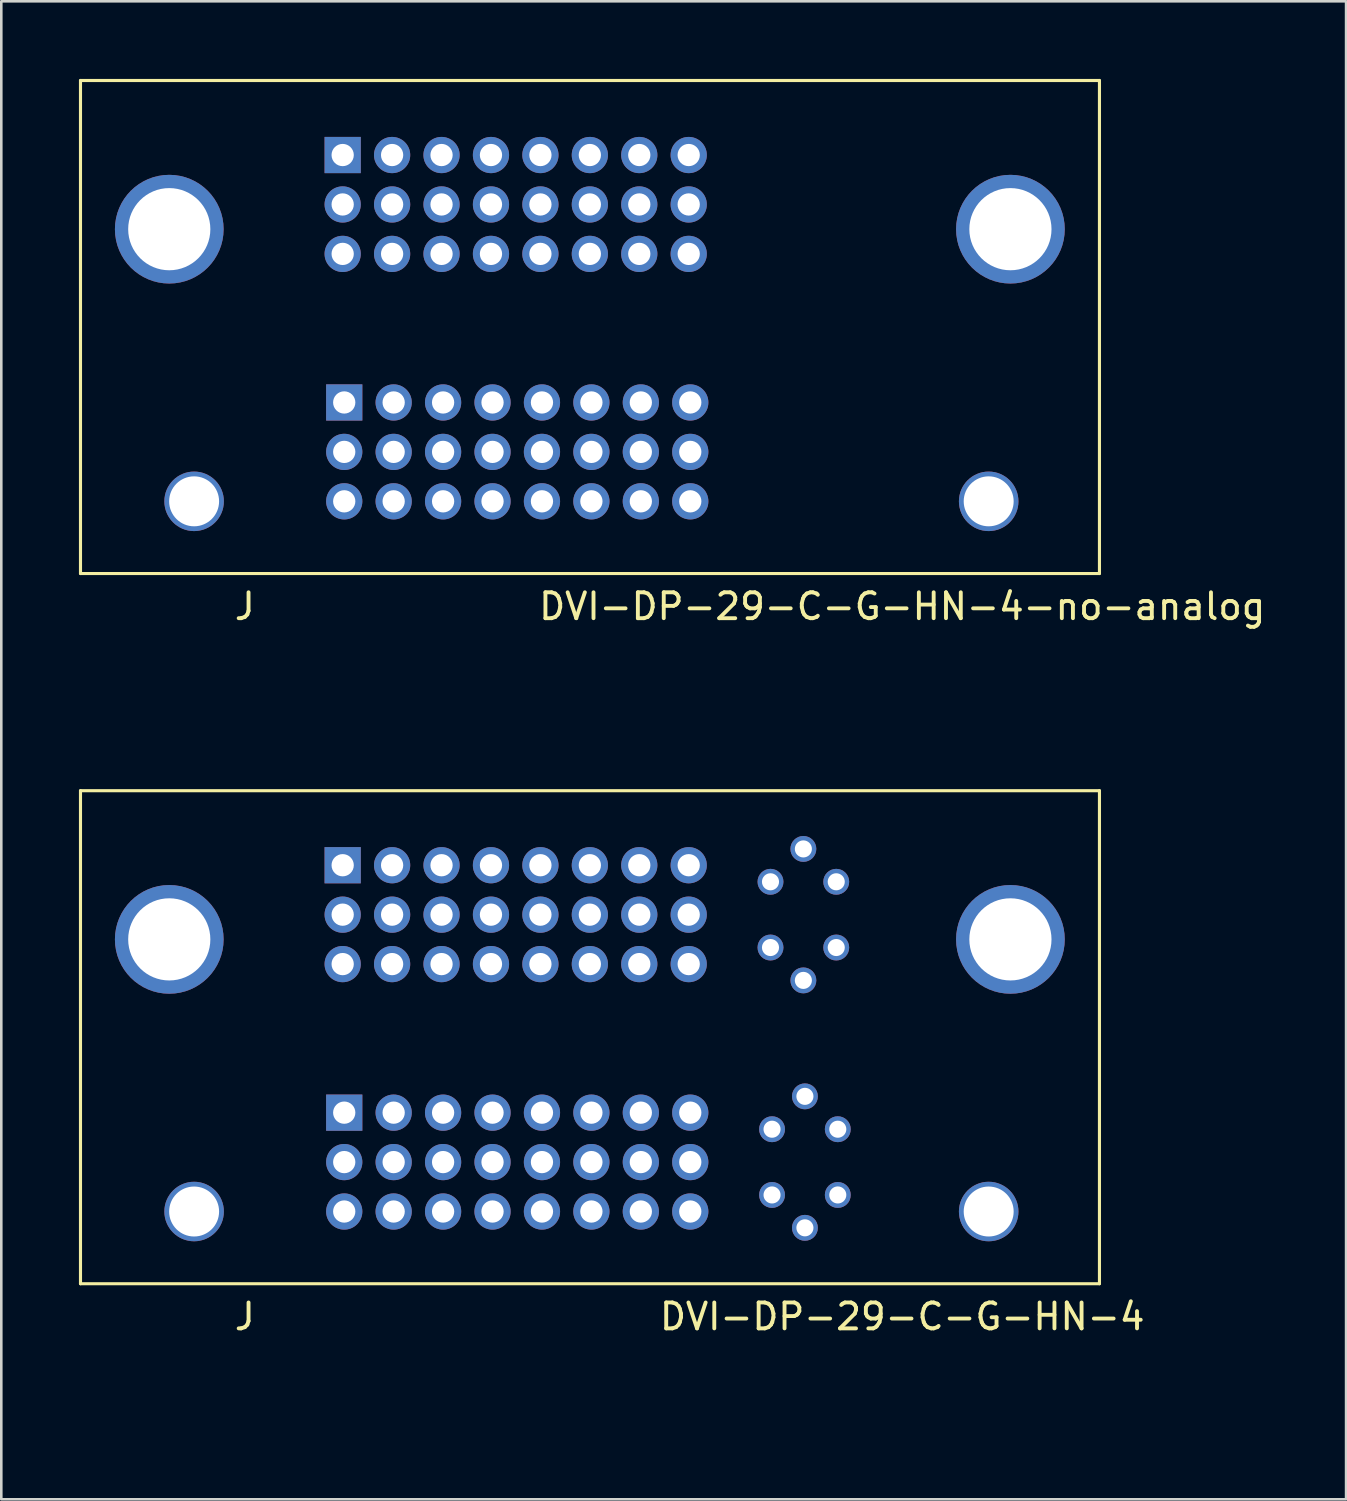
<source format=kicad_pcb>
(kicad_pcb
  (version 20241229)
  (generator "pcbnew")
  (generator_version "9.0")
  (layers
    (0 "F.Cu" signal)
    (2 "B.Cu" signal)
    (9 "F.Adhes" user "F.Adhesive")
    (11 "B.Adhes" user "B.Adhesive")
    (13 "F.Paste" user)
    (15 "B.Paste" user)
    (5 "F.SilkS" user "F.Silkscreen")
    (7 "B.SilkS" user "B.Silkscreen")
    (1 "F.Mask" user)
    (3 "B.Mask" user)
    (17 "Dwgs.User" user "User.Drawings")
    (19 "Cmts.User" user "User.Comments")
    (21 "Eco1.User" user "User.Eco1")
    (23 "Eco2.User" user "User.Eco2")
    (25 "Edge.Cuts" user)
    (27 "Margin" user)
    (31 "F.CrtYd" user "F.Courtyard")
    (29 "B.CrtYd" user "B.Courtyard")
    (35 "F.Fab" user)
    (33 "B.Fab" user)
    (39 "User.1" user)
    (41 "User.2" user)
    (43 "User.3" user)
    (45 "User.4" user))
  (footprint "DVI-DP-29-C-G-HN-4"
    (layer "F.Cu")
    (at 21.65 51.63)
    (property "Reference" "DVI-DP-29-C-G-HN-4" (at 10.16 -3.81 0) (layer "F.SilkS") (effects (font (size 1 1) (thickness 0.15))))
    (attr through_hole)
    (fp_line (start -21.59 -24.13) (end 17.78 -24.13) (stroke (width 0.12) (type solid)) (layer "F.SilkS"))
    (fp_line (start -21.59 -5.08) (end -21.59 -24.13) (stroke (width 0.12) (type solid)) (layer "F.SilkS"))
    (fp_line (start 17.78 -24.13) (end 17.78 -5.08) (stroke (width 0.12) (type solid)) (layer "F.SilkS"))
    (fp_line (start 17.78 -5.08) (end -21.59 -5.08) (stroke (width 0.12) (type solid)) (layer "F.SilkS"))
    (fp_text user "J" (at -15.24 -3.81 0) (layer "F.SilkS") (effects (font (size 1 1) (thickness 0.15))))
    (pad "1" thru_hole rect (at -11.4 -11.69) (size 1.4 1.4) (drill 0.86) (layers "*.Cu" "*.Mask"))
    (pad "2" thru_hole circle (at -9.49 -11.69) (size 1.4 1.4) (drill 0.86) (layers "*.Cu" "*.Mask"))
    (pad "3" thru_hole circle (at -7.58 -11.69) (size 1.4 1.4) (drill 0.86) (layers "*.Cu" "*.Mask"))
    (pad "4" thru_hole circle (at -5.67 -11.69) (size 1.4 1.4) (drill 0.86) (layers "*.Cu" "*.Mask"))
    (pad "5" thru_hole circle (at -3.76 -11.69) (size 1.4 1.4) (drill 0.86) (layers "*.Cu" "*.Mask"))
    (pad "6" thru_hole circle (at -1.85 -11.69) (size 1.4 1.4) (drill 0.86) (layers "*.Cu" "*.Mask"))
    (pad "7" thru_hole circle (at 0.06 -11.69) (size 1.4 1.4) (drill 0.86) (layers "*.Cu" "*.Mask"))
    (pad "8" thru_hole circle (at 1.97 -11.69) (size 1.4 1.4) (drill 0.86) (layers "*.Cu" "*.Mask"))
    (pad "9" thru_hole circle (at -11.4 -9.78) (size 1.4 1.4) (drill 0.86) (layers "*.Cu" "*.Mask"))
    (pad "10" thru_hole circle (at -9.49 -9.78) (size 1.4 1.4) (drill 0.86) (layers "*.Cu" "*.Mask"))
    (pad "11" thru_hole circle (at -7.58 -9.78) (size 1.4 1.4) (drill 0.86) (layers "*.Cu" "*.Mask"))
    (pad "12" thru_hole circle (at -5.67 -9.78) (size 1.4 1.4) (drill 0.86) (layers "*.Cu" "*.Mask"))
    (pad "13" thru_hole circle (at -3.76 -9.78) (size 1.4 1.4) (drill 0.86) (layers "*.Cu" "*.Mask"))
    (pad "14" thru_hole circle (at -1.85 -9.78) (size 1.4 1.4) (drill 0.86) (layers "*.Cu" "*.Mask"))
    (pad "15" thru_hole circle (at 0.06 -9.78) (size 1.4 1.4) (drill 0.86) (layers "*.Cu" "*.Mask"))
    (pad "16" thru_hole circle (at 1.97 -9.78) (size 1.4 1.4) (drill 0.86) (layers "*.Cu" "*.Mask"))
    (pad "17" thru_hole circle (at -11.4 -7.87) (size 1.4 1.4) (drill 0.86) (layers "*.Cu" "*.Mask"))
    (pad "18" thru_hole circle (at -9.49 -7.87) (size 1.4 1.4) (drill 0.86) (layers "*.Cu" "*.Mask"))
    (pad "19" thru_hole circle (at -7.58 -7.87) (size 1.4 1.4) (drill 0.86) (layers "*.Cu" "*.Mask"))
    (pad "20" thru_hole circle (at -5.67 -7.87) (size 1.4 1.4) (drill 0.86) (layers "*.Cu" "*.Mask"))
    (pad "21" thru_hole circle (at -3.76 -7.87) (size 1.4 1.4) (drill 0.86) (layers "*.Cu" "*.Mask"))
    (pad "22" thru_hole circle (at -1.85 -7.87) (size 1.4 1.4) (drill 0.86) (layers "*.Cu" "*.Mask"))
    (pad "23" thru_hole circle (at 0.06 -7.87) (size 1.4 1.4) (drill 0.86) (layers "*.Cu" "*.Mask"))
    (pad "24" thru_hole circle (at 1.97 -7.87) (size 1.4 1.4) (drill 0.86) (layers "*.Cu" "*.Mask"))
    (pad "25" thru_hole rect (at -11.46 -21.25) (size 1.4 1.4) (drill 0.86) (layers "*.Cu" "*.Mask"))
    (pad "26" thru_hole circle (at -9.55 -21.25) (size 1.4 1.4) (drill 0.86) (layers "*.Cu" "*.Mask"))
    (pad "27" thru_hole circle (at -7.64 -21.25) (size 1.4 1.4) (drill 0.86) (layers "*.Cu" "*.Mask"))
    (pad "28" thru_hole circle (at -5.73 -21.25) (size 1.4 1.4) (drill 0.86) (layers "*.Cu" "*.Mask"))
    (pad "29" thru_hole circle (at -3.82 -21.25) (size 1.4 1.4) (drill 0.86) (layers "*.Cu" "*.Mask"))
    (pad "30" thru_hole circle (at -1.91 -21.25) (size 1.4 1.4) (drill 0.86) (layers "*.Cu" "*.Mask"))
    (pad "31" thru_hole circle (at 0 -21.25) (size 1.4 1.4) (drill 0.86) (layers "*.Cu" "*.Mask"))
    (pad "32" thru_hole circle (at 1.91 -21.25) (size 1.4 1.4) (drill 0.86) (layers "*.Cu" "*.Mask"))
    (pad "33" thru_hole circle (at -11.46 -19.34) (size 1.4 1.4) (drill 0.86) (layers "*.Cu" "*.Mask"))
    (pad "34" thru_hole circle (at -9.55 -19.34) (size 1.4 1.4) (drill 0.86) (layers "*.Cu" "*.Mask"))
    (pad "35" thru_hole circle (at -7.64 -19.34) (size 1.4 1.4) (drill 0.86) (layers "*.Cu" "*.Mask"))
    (pad "36" thru_hole circle (at -5.73 -19.34) (size 1.4 1.4) (drill 0.86) (layers "*.Cu" "*.Mask"))
    (pad "37" thru_hole circle (at -3.82 -19.34) (size 1.4 1.4) (drill 0.86) (layers "*.Cu" "*.Mask"))
    (pad "38" thru_hole circle (at -1.91 -19.34) (size 1.4 1.4) (drill 0.86) (layers "*.Cu" "*.Mask"))
    (pad "39" thru_hole circle (at 0 -19.34) (size 1.4 1.4) (drill 0.86) (layers "*.Cu" "*.Mask"))
    (pad "40" thru_hole circle (at 1.91 -19.34) (size 1.4 1.4) (drill 0.86) (layers "*.Cu" "*.Mask"))
    (pad "41" thru_hole circle (at -11.46 -17.43) (size 1.4 1.4) (drill 0.86) (layers "*.Cu" "*.Mask"))
    (pad "42" thru_hole circle (at -9.55 -17.43) (size 1.4 1.4) (drill 0.86) (layers "*.Cu" "*.Mask"))
    (pad "43" thru_hole circle (at -7.64 -17.43) (size 1.4 1.4) (drill 0.86) (layers "*.Cu" "*.Mask"))
    (pad "44" thru_hole circle (at -5.73 -17.43) (size 1.4 1.4) (drill 0.86) (layers "*.Cu" "*.Mask"))
    (pad "45" thru_hole circle (at -3.82 -17.43) (size 1.4 1.4) (drill 0.86) (layers "*.Cu" "*.Mask"))
    (pad "46" thru_hole circle (at -1.91 -17.43) (size 1.4 1.4) (drill 0.86) (layers "*.Cu" "*.Mask"))
    (pad "47" thru_hole circle (at 0 -17.43) (size 1.4 1.4) (drill 0.86) (layers "*.Cu" "*.Mask"))
    (pad "48" thru_hole circle (at 1.91 -17.43) (size 1.4 1.4) (drill 0.86) (layers "*.Cu" "*.Mask"))
    (pad "C1" thru_hole circle (at 5.13 -11.05) (size 1 1) (drill 0.66) (layers "*.Cu" "*.Mask"))
    (pad "C2" thru_hole circle (at 7.67 -11.05) (size 1 1) (drill 0.66) (layers "*.Cu" "*.Mask"))
    (pad "C3" thru_hole circle (at 5.13 -8.51) (size 1 1) (drill 0.66) (layers "*.Cu" "*.Mask"))
    (pad "C4" thru_hole circle (at 7.67 -8.51) (size 1 1) (drill 0.66) (layers "*.Cu" "*.Mask"))
    (pad "C5" thru_hole circle (at 6.4 -12.32) (size 1 1) (drill 0.66) (layers "*.Cu" "*.Mask"))
    (pad "C5" thru_hole circle (at 6.4 -7.24) (size 1 1) (drill 0.66) (layers "*.Cu" "*.Mask"))
    (pad "C6" thru_hole circle (at 5.07 -20.61) (size 1 1) (drill 0.66) (layers "*.Cu" "*.Mask"))
    (pad "C7" thru_hole circle (at 7.61 -20.61) (size 1 1) (drill 0.66) (layers "*.Cu" "*.Mask"))
    (pad "C8" thru_hole circle (at 5.07 -18.07) (size 1 1) (drill 0.66) (layers "*.Cu" "*.Mask"))
    (pad "C9" thru_hole circle (at 7.61 -18.07) (size 1 1) (drill 0.66) (layers "*.Cu" "*.Mask"))
    (pad "C10" thru_hole circle (at 6.34 -21.88) (size 1 1) (drill 0.66) (layers "*.Cu" "*.Mask"))
    (pad "C10" thru_hole circle (at 6.34 -16.8) (size 1 1) (drill 0.66) (layers "*.Cu" "*.Mask"))
    (pad "SH1" thru_hole circle (at -17.2 -7.87) (size 2.3 2.3) (drill 1.93) (layers "*.Cu" "*.Mask"))
    (pad "SH1" thru_hole circle (at 13.5 -7.87) (size 2.3 2.3) (drill 1.93) (layers "*.Cu" "*.Mask"))
    (pad "SH2" thru_hole circle (at -18.16 -18.385) (size 4.2 4.2) (drill 3.175) (layers "*.Cu" "*.Mask"))
    (pad "SH2" thru_hole circle (at 14.34 -18.385) (size 4.2 4.2) (drill 3.175) (layers "*.Cu" "*.Mask")))
  (footprint "DVI-DP-29-C-G-HN-4-no-analog"
    (layer "F.Cu")
    (at 21.65 24.19)
    (property "Reference" "DVI-DP-29-C-G-HN-4-no-analog" (at 10.16 -3.81 0) (layer "F.SilkS") (effects (font (size 1 1) (thickness 0.15))))
    (attr through_hole)
    (fp_line (start -21.59 -24.13) (end 17.78 -24.13) (stroke (width 0.12) (type solid)) (layer "F.SilkS"))
    (fp_line (start -21.59 -5.08) (end -21.59 -24.13) (stroke (width 0.12) (type solid)) (layer "F.SilkS"))
    (fp_line (start 17.78 -24.13) (end 17.78 -5.08) (stroke (width 0.12) (type solid)) (layer "F.SilkS"))
    (fp_line (start 17.78 -5.08) (end -21.59 -5.08) (stroke (width 0.12) (type solid)) (layer "F.SilkS"))
    (fp_text user "J" (at -15.24 -3.81 0) (layer "F.SilkS") (effects (font (size 1 1) (thickness 0.15))))
    (pad "1" thru_hole rect (at -11.4 -11.69) (size 1.4 1.4) (drill 0.86) (layers "*.Cu" "*.Mask"))
    (pad "2" thru_hole circle (at -9.49 -11.69) (size 1.4 1.4) (drill 0.86) (layers "*.Cu" "*.Mask"))
    (pad "3" thru_hole circle (at -7.58 -11.69) (size 1.4 1.4) (drill 0.86) (layers "*.Cu" "*.Mask"))
    (pad "4" thru_hole circle (at -5.67 -11.69) (size 1.4 1.4) (drill 0.86) (layers "*.Cu" "*.Mask"))
    (pad "5" thru_hole circle (at -3.76 -11.69) (size 1.4 1.4) (drill 0.86) (layers "*.Cu" "*.Mask"))
    (pad "6" thru_hole circle (at -1.85 -11.69) (size 1.4 1.4) (drill 0.86) (layers "*.Cu" "*.Mask"))
    (pad "7" thru_hole circle (at 0.06 -11.69) (size 1.4 1.4) (drill 0.86) (layers "*.Cu" "*.Mask"))
    (pad "8" thru_hole circle (at 1.97 -11.69) (size 1.4 1.4) (drill 0.86) (layers "*.Cu" "*.Mask"))
    (pad "9" thru_hole circle (at -11.4 -9.78) (size 1.4 1.4) (drill 0.86) (layers "*.Cu" "*.Mask"))
    (pad "10" thru_hole circle (at -9.49 -9.78) (size 1.4 1.4) (drill 0.86) (layers "*.Cu" "*.Mask"))
    (pad "11" thru_hole circle (at -7.58 -9.78) (size 1.4 1.4) (drill 0.86) (layers "*.Cu" "*.Mask"))
    (pad "12" thru_hole circle (at -5.67 -9.78) (size 1.4 1.4) (drill 0.86) (layers "*.Cu" "*.Mask"))
    (pad "13" thru_hole circle (at -3.76 -9.78) (size 1.4 1.4) (drill 0.86) (layers "*.Cu" "*.Mask"))
    (pad "14" thru_hole circle (at -1.85 -9.78) (size 1.4 1.4) (drill 0.86) (layers "*.Cu" "*.Mask"))
    (pad "15" thru_hole circle (at 0.06 -9.78) (size 1.4 1.4) (drill 0.86) (layers "*.Cu" "*.Mask"))
    (pad "16" thru_hole circle (at 1.97 -9.78) (size 1.4 1.4) (drill 0.86) (layers "*.Cu" "*.Mask"))
    (pad "17" thru_hole circle (at -11.4 -7.87) (size 1.4 1.4) (drill 0.86) (layers "*.Cu" "*.Mask"))
    (pad "18" thru_hole circle (at -9.49 -7.87) (size 1.4 1.4) (drill 0.86) (layers "*.Cu" "*.Mask"))
    (pad "19" thru_hole circle (at -7.58 -7.87) (size 1.4 1.4) (drill 0.86) (layers "*.Cu" "*.Mask"))
    (pad "20" thru_hole circle (at -5.67 -7.87) (size 1.4 1.4) (drill 0.86) (layers "*.Cu" "*.Mask"))
    (pad "21" thru_hole circle (at -3.76 -7.87) (size 1.4 1.4) (drill 0.86) (layers "*.Cu" "*.Mask"))
    (pad "22" thru_hole circle (at -1.85 -7.87) (size 1.4 1.4) (drill 0.86) (layers "*.Cu" "*.Mask"))
    (pad "23" thru_hole circle (at 0.06 -7.87) (size 1.4 1.4) (drill 0.86) (layers "*.Cu" "*.Mask"))
    (pad "24" thru_hole circle (at 1.97 -7.87) (size 1.4 1.4) (drill 0.86) (layers "*.Cu" "*.Mask"))
    (pad "25" thru_hole rect (at -11.46 -21.25) (size 1.4 1.4) (drill 0.86) (layers "*.Cu" "*.Mask"))
    (pad "26" thru_hole circle (at -9.55 -21.25) (size 1.4 1.4) (drill 0.86) (layers "*.Cu" "*.Mask"))
    (pad "27" thru_hole circle (at -7.64 -21.25) (size 1.4 1.4) (drill 0.86) (layers "*.Cu" "*.Mask"))
    (pad "28" thru_hole circle (at -5.73 -21.25) (size 1.4 1.4) (drill 0.86) (layers "*.Cu" "*.Mask"))
    (pad "29" thru_hole circle (at -3.82 -21.25) (size 1.4 1.4) (drill 0.86) (layers "*.Cu" "*.Mask"))
    (pad "30" thru_hole circle (at -1.91 -21.25) (size 1.4 1.4) (drill 0.86) (layers "*.Cu" "*.Mask"))
    (pad "31" thru_hole circle (at 0 -21.25) (size 1.4 1.4) (drill 0.86) (layers "*.Cu" "*.Mask"))
    (pad "32" thru_hole circle (at 1.91 -21.25) (size 1.4 1.4) (drill 0.86) (layers "*.Cu" "*.Mask"))
    (pad "33" thru_hole circle (at -11.46 -19.34) (size 1.4 1.4) (drill 0.86) (layers "*.Cu" "*.Mask"))
    (pad "34" thru_hole circle (at -9.55 -19.34) (size 1.4 1.4) (drill 0.86) (layers "*.Cu" "*.Mask"))
    (pad "35" thru_hole circle (at -7.64 -19.34) (size 1.4 1.4) (drill 0.86) (layers "*.Cu" "*.Mask"))
    (pad "36" thru_hole circle (at -5.73 -19.34) (size 1.4 1.4) (drill 0.86) (layers "*.Cu" "*.Mask"))
    (pad "37" thru_hole circle (at -3.82 -19.34) (size 1.4 1.4) (drill 0.86) (layers "*.Cu" "*.Mask"))
    (pad "38" thru_hole circle (at -1.91 -19.34) (size 1.4 1.4) (drill 0.86) (layers "*.Cu" "*.Mask"))
    (pad "39" thru_hole circle (at 0 -19.34) (size 1.4 1.4) (drill 0.86) (layers "*.Cu" "*.Mask"))
    (pad "40" thru_hole circle (at 1.91 -19.34) (size 1.4 1.4) (drill 0.86) (layers "*.Cu" "*.Mask"))
    (pad "41" thru_hole circle (at -11.46 -17.43) (size 1.4 1.4) (drill 0.86) (layers "*.Cu" "*.Mask"))
    (pad "42" thru_hole circle (at -9.55 -17.43) (size 1.4 1.4) (drill 0.86) (layers "*.Cu" "*.Mask"))
    (pad "43" thru_hole circle (at -7.64 -17.43) (size 1.4 1.4) (drill 0.86) (layers "*.Cu" "*.Mask"))
    (pad "44" thru_hole circle (at -5.73 -17.43) (size 1.4 1.4) (drill 0.86) (layers "*.Cu" "*.Mask"))
    (pad "45" thru_hole circle (at -3.82 -17.43) (size 1.4 1.4) (drill 0.86) (layers "*.Cu" "*.Mask"))
    (pad "46" thru_hole circle (at -1.91 -17.43) (size 1.4 1.4) (drill 0.86) (layers "*.Cu" "*.Mask"))
    (pad "47" thru_hole circle (at 0 -17.43) (size 1.4 1.4) (drill 0.86) (layers "*.Cu" "*.Mask"))
    (pad "48" thru_hole circle (at 1.91 -17.43) (size 1.4 1.4) (drill 0.86) (layers "*.Cu" "*.Mask"))
    (pad "SH1" thru_hole circle (at -17.2 -7.87) (size 2.3 2.3) (drill 1.93) (layers "*.Cu" "*.Mask"))
    (pad "SH1" thru_hole circle (at 13.5 -7.87) (size 2.3 2.3) (drill 1.93) (layers "*.Cu" "*.Mask"))
    (pad "SH2" thru_hole circle (at -18.16 -18.385) (size 4.2 4.2) (drill 3.175) (layers "*.Cu" "*.Mask"))
    (pad "SH2" thru_hole circle (at 14.34 -18.385) (size 4.2 4.2) (drill 3.175) (layers "*.Cu" "*.Mask")))
  (gr_rect
    (start -3 -3)
    (end 48.959 54.88)
    (stroke (width 0.1) (type default))
    (fill no)
    (layer "Edge.Cuts")))
</source>
